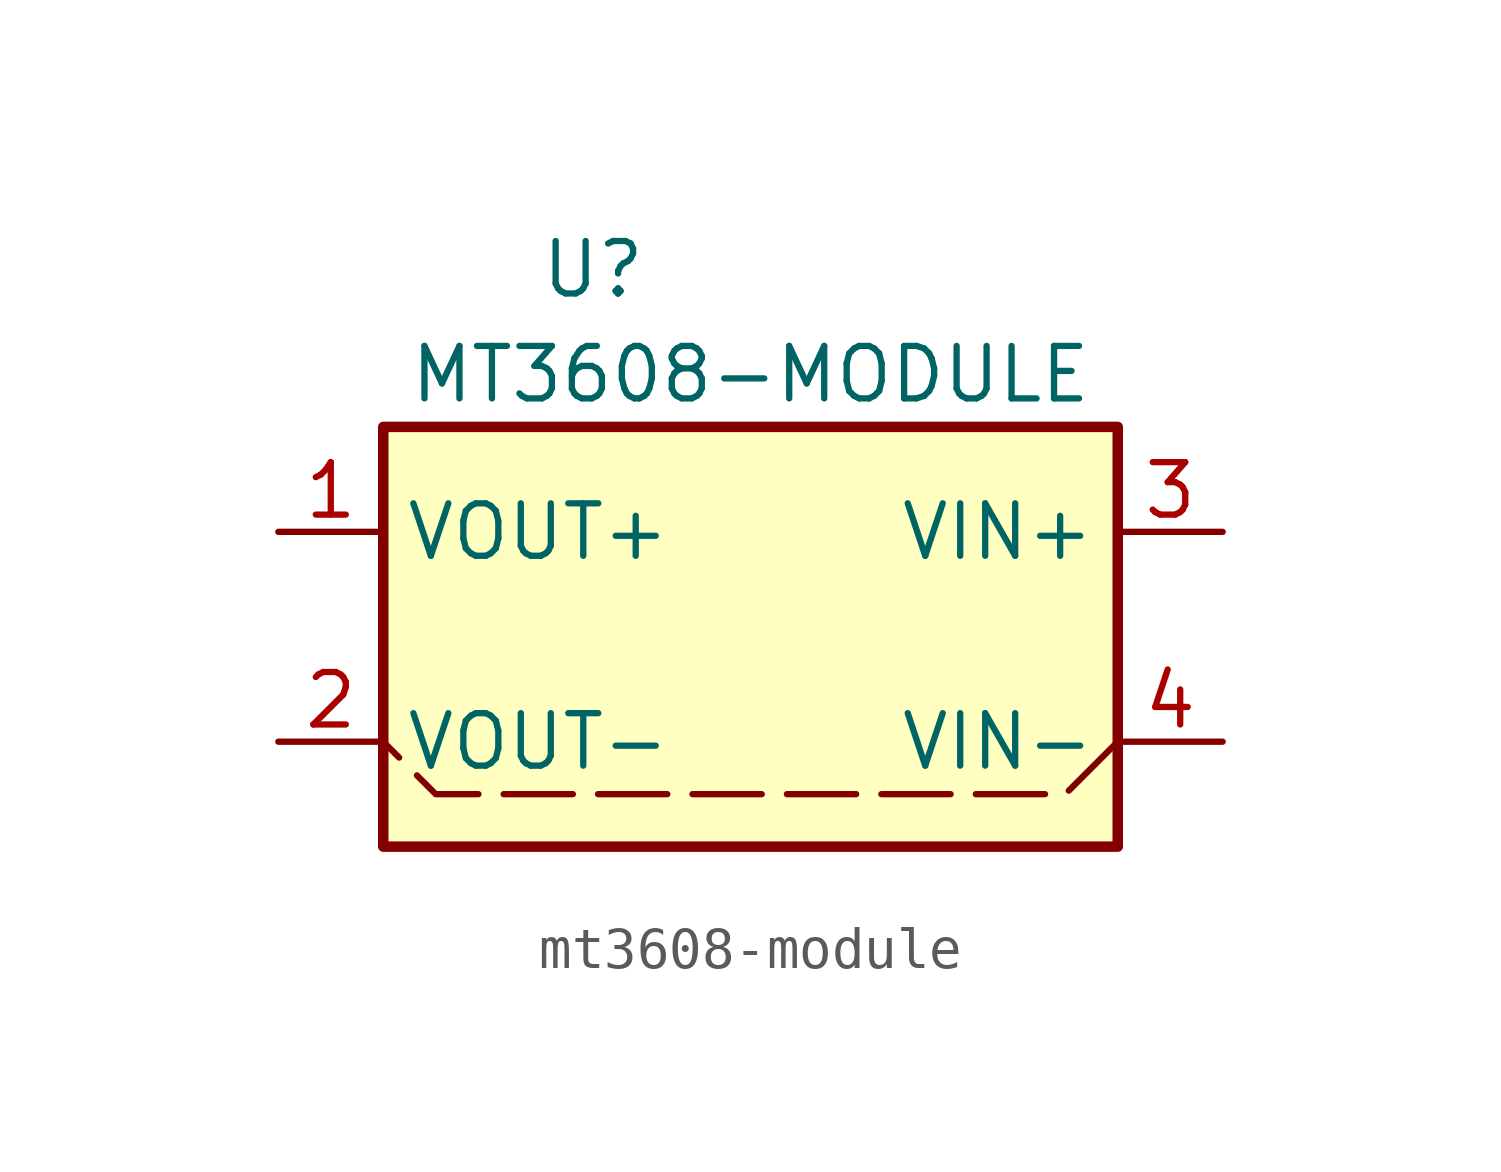
<source format=kicad_sym>
(kicad_symbol_lib
  (version 20220914)
  (generator kicad_symbol_editor)
  (symbol "mt3608-module"
    (property "Reference" "U"
      (at -3.81 2.54 0)
      (effects (font (size 1.27 1.27))))
    (property "Value" "MT3608-MODULE"
      (at 0 0 0)
      (effects (font (size 1.27 1.27))))
    (symbol "mt3608-module_0_1"
      (rectangle (start -8.89 -1.27) (end 8.89 -11.43) (stroke (width 0.254) (type default)) (fill (type background))))
    (symbol "mt3608-module_1_1"
      (polyline (pts (xy 8.89 -8.89) (xy 7.62 -10.16) (xy -7.62 -10.16) (xy -8.89 -8.89)) (stroke (width 0) (type dash)) (fill (type none)))
      (pin passive line (at -11.43 -3.81 0) (length 2.54) (name "VOUT+" (effects (font (size 1.27 1.27)))) (number "1" (effects (font (size 1.27 1.27)))))
      (pin passive line (at -11.43 -8.89 0) (length 2.54) (name "VOUT-" (effects (font (size 1.27 1.27)))) (number "2" (effects (font (size 1.27 1.27)))))
      (pin passive line (at 11.43 -3.81 180) (length 2.54) (name "VIN+" (effects (font (size 1.27 1.27)))) (number "3" (effects (font (size 1.27 1.27)))))
      (pin passive line (at 11.43 -8.89 180) (length 2.54) (name "VIN-" (effects (font (size 1.27 1.27)))) (number "4" (effects (font (size 1.27 1.27))))))))
</source>
